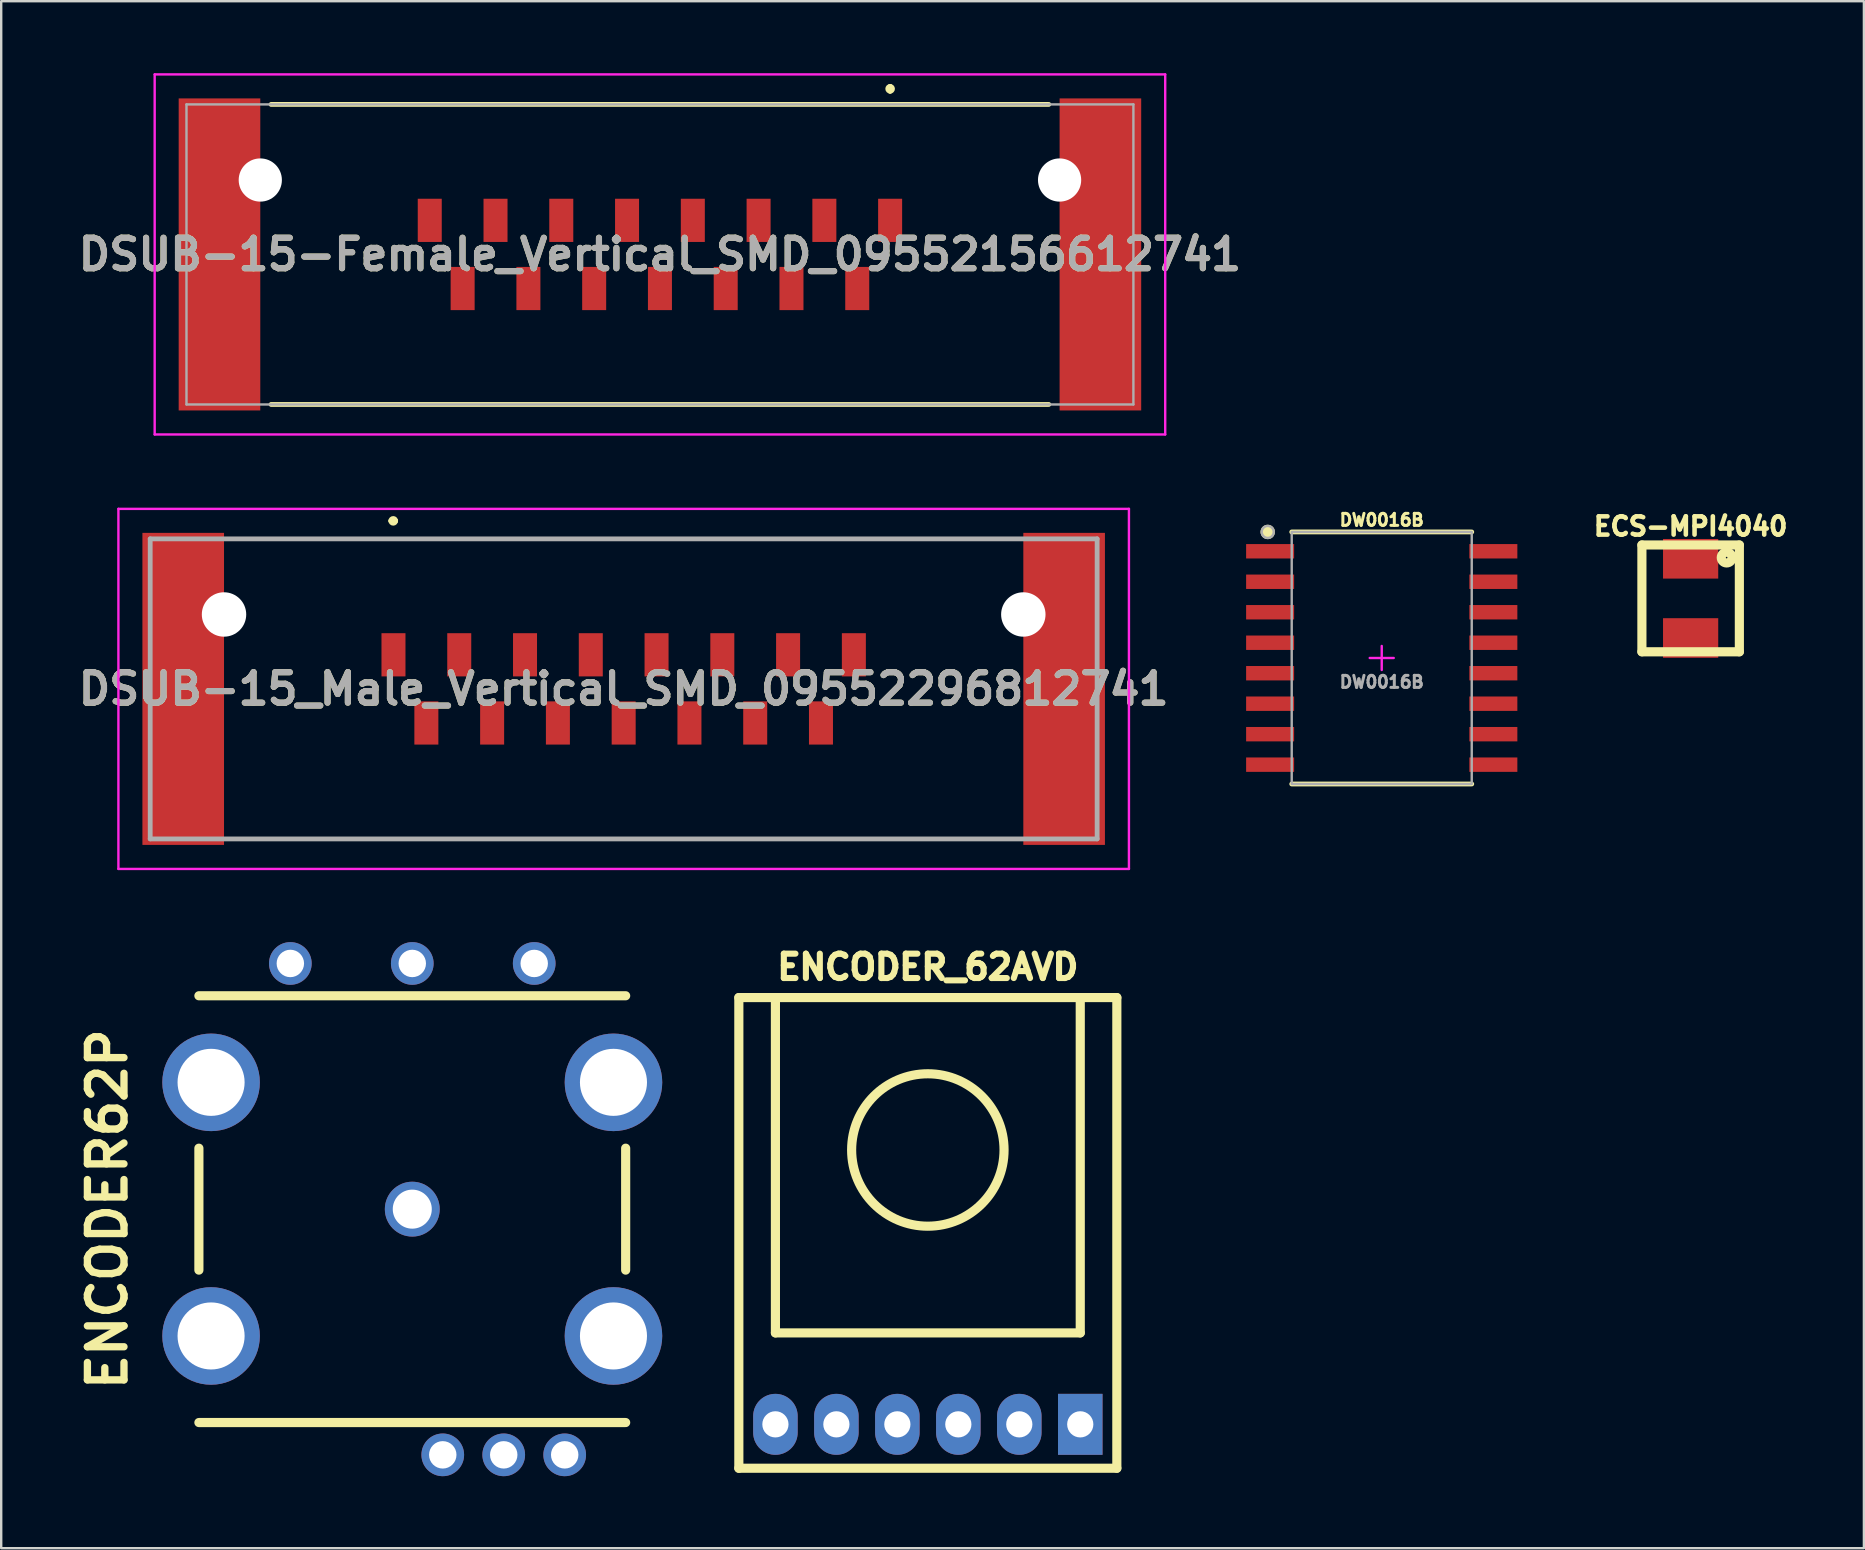
<source format=kicad_pcb>
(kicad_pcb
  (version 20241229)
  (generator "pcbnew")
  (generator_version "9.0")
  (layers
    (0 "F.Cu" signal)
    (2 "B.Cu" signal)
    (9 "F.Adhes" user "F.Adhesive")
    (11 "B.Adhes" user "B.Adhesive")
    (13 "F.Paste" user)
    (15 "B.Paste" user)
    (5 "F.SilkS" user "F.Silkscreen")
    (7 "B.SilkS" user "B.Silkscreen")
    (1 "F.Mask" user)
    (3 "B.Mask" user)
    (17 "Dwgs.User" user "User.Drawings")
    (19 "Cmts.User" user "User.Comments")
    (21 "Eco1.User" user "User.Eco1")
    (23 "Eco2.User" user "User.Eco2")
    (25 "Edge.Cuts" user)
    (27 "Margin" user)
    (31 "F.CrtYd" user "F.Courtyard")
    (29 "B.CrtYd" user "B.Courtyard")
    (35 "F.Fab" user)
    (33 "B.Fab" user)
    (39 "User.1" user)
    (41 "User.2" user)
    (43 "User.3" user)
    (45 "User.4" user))
  (footprint "ENCODER_62AVD"
    (layer "F.Cu")
    (at 35.605 44.86)
    (property "Reference" "ENCODER_62AVD" (at 0 -7.62 0) (layer "F.SilkS") (effects (font (size 1.016 1.016) (thickness 0.254))))
    (attr through_hole)
    (fp_line (start -7.874 -6.35) (end -7.874 13.259) (stroke (width 0.381) (type solid)) (layer "F.SilkS"))
    (fp_line (start -7.874 13.259) (end 7.874 13.259) (stroke (width 0.381) (type solid)) (layer "F.SilkS"))
    (fp_line (start -6.35 -6.35) (end -6.35 7.62) (stroke (width 0.381) (type solid)) (layer "F.SilkS"))
    (fp_line (start -6.35 7.62) (end 6.35 7.62) (stroke (width 0.381) (type solid)) (layer "F.SilkS"))
    (fp_line (start 6.35 7.62) (end 6.35 -6.35) (stroke (width 0.381) (type solid)) (layer "F.SilkS"))
    (fp_line (start 7.874 -6.35) (end -7.874 -6.35) (stroke (width 0.381) (type solid)) (layer "F.SilkS"))
    (fp_line (start 7.874 -6.35) (end 7.874 13.259) (stroke (width 0.381) (type solid)) (layer "F.SilkS"))
    (fp_circle (center 0 0) (end 3.175 0) (stroke (width 0.381) (type solid)) (fill no) (layer "F.SilkS"))
    (pad "1" thru_hole rect (at 6.35 11.43) (size 1.854 2.54) (drill 1.092) (layers "*.Cu" "*.Mask"))
    (pad "2" thru_hole oval (at 3.81 11.43) (size 1.854 2.54) (drill 1.092) (layers "*.Cu" "*.Mask"))
    (pad "3" thru_hole oval (at 1.27 11.43) (size 1.854 2.54) (drill 1.092) (layers "*.Cu" "*.Mask"))
    (pad "4" thru_hole oval (at -1.27 11.43) (size 1.854 2.54) (drill 1.092) (layers "*.Cu" "*.Mask"))
    (pad "5" thru_hole oval (at -3.81 11.43) (size 1.854 2.54) (drill 1.092) (layers "*.Cu" "*.Mask"))
    (pad "6" thru_hole oval (at -6.35 11.43) (size 1.854 2.54) (drill 1.092) (layers "*.Cu" "*.Mask")))
  (footprint "ECS-MPI4040"
    (layer "F.Cu")
    (at 67.384 21.88)
    (property "Reference" "ECS-MPI4040" (at 0 -3 0) (layer "F.SilkS") (effects (font (size 0.762 0.762) (thickness 0.191))))
    (attr through_hole)
    (fp_line (start -2.03 -2.225) (end -2.03 2.225) (stroke (width 0.381) (type solid)) (layer "F.SilkS"))
    (fp_line (start -2.03 -2.225) (end 2.03 -2.225) (stroke (width 0.381) (type solid)) (layer "F.SilkS"))
    (fp_line (start -2.03 2.225) (end 2.03 2.225) (stroke (width 0.381) (type solid)) (layer "F.SilkS"))
    (fp_line (start 2.03 -2.225) (end 2.03 2.225) (stroke (width 0.381) (type solid)) (layer "F.SilkS"))
    (fp_circle (center 1.5 -1.7) (end 1.7 -1.8) (stroke (width 0.381) (type solid)) (fill no) (layer "F.SilkS"))
    (pad "1" smd rect (at 0 -1.65) (size 2.3 1.65) (layers "F.Cu" "F.Mask" "F.Paste"))
    (pad "2" smd rect (at 0 1.65) (size 2.3 1.65) (layers "F.Cu" "F.Mask" "F.Paste")))
  (footprint "DW0016B"
    (layer "F.Cu")
    (at 54.515 24.362)
    (property "Reference" "DW0016B" (at 0 -5.75 0) (unlocked yes) (layer "F.SilkS") (effects (font (size 0.5 0.5) (thickness 0.125) (bold yes))))
    (attr smd)
    (fp_line (start -3.75 -5.25) (end 3.75 -5.25) (stroke (width 0.2) (type default)) (layer "F.SilkS"))
    (fp_line (start -3.75 5.25) (end 3.75 5.25) (stroke (width 0.2) (type default)) (layer "F.SilkS"))
    (fp_circle (center -4.75 -5.25) (end -4.5 -5.25) (stroke (width 0.1) (type solid)) (fill yes) (layer "F.SilkS"))
    (fp_line (start -0.5 0) (end 0.5 0) (stroke (width 0.1) (type solid)) (layer "F.CrtYd"))
    (fp_line (start 0 0.5) (end 0 -0.5) (stroke (width 0.1) (type solid)) (layer "F.CrtYd"))
    (fp_rect (start -3.75 -5.25) (end 3.75 5.25) (stroke (width 0.1) (type default)) (fill no) (layer "F.Fab"))
    (fp_circle (center -4.75 -5.25) (end -4.5 -5.25) (stroke (width 0.1) (type solid)) (fill no) (layer "F.Fab"))
    (fp_text user "${REFERENCE}" (at 0 1 0) (unlocked yes) (layer "F.Fab") (effects (font (size 0.5 0.5) (thickness 0.125) (bold yes))))
    (pad "1" smd rect (at -4.65 -4.445 90) (size 0.6 2) (layers "F.Cu" "F.Mask" "F.Paste"))
    (pad "2" smd rect (at -4.65 -3.175 90) (size 0.6 2) (layers "F.Cu" "F.Mask" "F.Paste"))
    (pad "3" smd rect (at -4.65 -1.905 90) (size 0.6 2) (layers "F.Cu" "F.Mask" "F.Paste"))
    (pad "4" smd rect (at -4.65 -0.635 90) (size 0.6 2) (layers "F.Cu" "F.Mask" "F.Paste"))
    (pad "5" smd rect (at -4.65 0.635 90) (size 0.6 2) (layers "F.Cu" "F.Mask" "F.Paste"))
    (pad "6" smd rect (at -4.65 1.905 90) (size 0.6 2) (layers "F.Cu" "F.Mask" "F.Paste"))
    (pad "7" smd rect (at -4.65 3.175 90) (size 0.6 2) (layers "F.Cu" "F.Mask" "F.Paste"))
    (pad "8" smd rect (at -4.65 4.445 90) (size 0.6 2) (layers "F.Cu" "F.Mask" "F.Paste"))
    (pad "9" smd rect (at 4.65 4.445 90) (size 0.6 2) (layers "F.Cu" "F.Mask" "F.Paste"))
    (pad "10" smd rect (at 4.65 3.175 90) (size 0.6 2) (layers "F.Cu" "F.Mask" "F.Paste"))
    (pad "11" smd rect (at 4.65 1.905 90) (size 0.6 2) (layers "F.Cu" "F.Mask" "F.Paste"))
    (pad "12" smd rect (at 4.65 0.635 90) (size 0.6 2) (layers "F.Cu" "F.Mask" "F.Paste"))
    (pad "13" smd rect (at 4.65 -0.635 90) (size 0.6 2) (layers "F.Cu" "F.Mask" "F.Paste"))
    (pad "14" smd rect (at 4.65 -1.905 90) (size 0.6 2) (layers "F.Cu" "F.Mask" "F.Paste"))
    (pad "15" smd rect (at 4.65 -3.175 90) (size 0.6 2) (layers "F.Cu" "F.Mask" "F.Paste"))
    (pad "16" smd rect (at 4.65 -4.445 90) (size 0.6 2) (layers "F.Cu" "F.Mask" "F.Paste")))
  (footprint "DSUB-15_Male_Vertical_SMD_09552296812741"
    (layer "F.Cu")
    (at 22.933 25.65)
    (property "Reference" "DSUB-15_Male_Vertical_SMD_09552296812741" (at 0 0 0) (layer "F.SilkS") (effects (font (size 1.27 1.27) (thickness 0.254))))
    (attr through_hole)
    (fp_line (start -15.07 6.25) (end 15.07 6.25) (stroke (width 0.1) (type solid)) (layer "F.SilkS"))
    (fp_line (start -9.7 -7) (end -9.7 -7) (stroke (width 0.2) (type solid)) (layer "F.SilkS"))
    (fp_line (start -9.5 -7) (end -9.5 -7) (stroke (width 0.2) (type solid)) (layer "F.SilkS"))
    (fp_line (start 15.07 -6.25) (end -15.07 -6.25) (stroke (width 0.1) (type solid)) (layer "F.SilkS"))
    (fp_arc (start -9.7 -7) (mid -9.6 -7.1) (end -9.5 -7) (stroke (width 0.2) (type solid)) (layer "F.SilkS"))
    (fp_arc (start -9.5 -7) (mid -9.6 -6.9) (end -9.7 -7) (stroke (width 0.2) (type solid)) (layer "F.SilkS"))
    (fp_line (start -21.05 -7.5) (end 21.05 -7.5) (stroke (width 0.1) (type solid)) (layer "F.CrtYd"))
    (fp_line (start -21.05 7.5) (end -21.05 -7.5) (stroke (width 0.1) (type solid)) (layer "F.CrtYd"))
    (fp_line (start 21.05 -7.5) (end 21.05 7.5) (stroke (width 0.1) (type solid)) (layer "F.CrtYd"))
    (fp_line (start 21.05 7.5) (end -21.05 7.5) (stroke (width 0.1) (type solid)) (layer "F.CrtYd"))
    (fp_line (start -19.725 -6.25) (end 19.725 -6.25) (stroke (width 0.2) (type solid)) (layer "F.Fab"))
    (fp_line (start -19.725 6.25) (end -19.725 -6.25) (stroke (width 0.2) (type solid)) (layer "F.Fab"))
    (fp_line (start 19.725 -6.25) (end 19.725 6.25) (stroke (width 0.2) (type solid)) (layer "F.Fab"))
    (fp_line (start 19.725 6.25) (end -19.725 6.25) (stroke (width 0.2) (type solid)) (layer "F.Fab"))
    (fp_text user "${REFERENCE}" (at 0 0 0) (layer "F.Fab") (effects (font (size 1.27 1.27) (thickness 0.254))))
    (pad "" np_thru_hole circle (at -16.65 -3.1) (size 1.85 1.85) (drill 1.85) (layers "*.Cu" "*.Mask"))
    (pad "" np_thru_hole circle (at 16.65 -3.1) (size 1.85 1.85) (drill 1.85) (layers "*.Cu" "*.Mask"))
    (pad "1" smd rect (at -9.59 -1.42) (size 1 1.8) (layers "F.Cu" "F.Mask" "F.Paste"))
    (pad "2" smd rect (at -6.85 -1.42) (size 1 1.8) (layers "F.Cu" "F.Mask" "F.Paste"))
    (pad "3" smd rect (at -4.11 -1.42) (size 1 1.8) (layers "F.Cu" "F.Mask" "F.Paste"))
    (pad "4" smd rect (at -1.37 -1.42) (size 1 1.8) (layers "F.Cu" "F.Mask" "F.Paste"))
    (pad "5" smd rect (at 1.37 -1.42) (size 1 1.8) (layers "F.Cu" "F.Mask" "F.Paste"))
    (pad "6" smd rect (at 4.11 -1.42) (size 1 1.8) (layers "F.Cu" "F.Mask" "F.Paste"))
    (pad "7" smd rect (at 6.85 -1.42) (size 1 1.8) (layers "F.Cu" "F.Mask" "F.Paste"))
    (pad "8" smd rect (at 9.59 -1.42) (size 1 1.8) (layers "F.Cu" "F.Mask" "F.Paste"))
    (pad "9" smd rect (at -8.22 1.42) (size 1 1.8) (layers "F.Cu" "F.Mask" "F.Paste"))
    (pad "10" smd rect (at -5.48 1.42) (size 1 1.8) (layers "F.Cu" "F.Mask" "F.Paste"))
    (pad "11" smd rect (at -2.74 1.42) (size 1 1.8) (layers "F.Cu" "F.Mask" "F.Paste"))
    (pad "12" smd rect (at 0 1.42) (size 1 1.8) (layers "F.Cu" "F.Mask" "F.Paste"))
    (pad "13" smd rect (at 2.74 1.42) (size 1 1.8) (layers "F.Cu" "F.Mask" "F.Paste"))
    (pad "14" smd rect (at 5.48 1.42) (size 1 1.8) (layers "F.Cu" "F.Mask" "F.Paste"))
    (pad "15" smd rect (at 8.22 1.42) (size 1 1.8) (layers "F.Cu" "F.Mask" "F.Paste"))
    (pad "16" smd rect (at 18.35 0) (size 3.4 13) (layers "F.Cu" "F.Mask" "F.Paste"))
    (pad "17" smd rect (at -18.35 0) (size 3.4 13) (layers "F.Cu" "F.Mask" "F.Paste")))
  (footprint "DSUB-15-Female_Vertical_SMD_09552156612741"
    (layer "F.Cu")
    (at 24.444 7.55)
    (property "Reference" "DSUB-15-Female_Vertical_SMD_09552156612741" (at 0 0 0) (layer "F.SilkS") (effects (font (size 1.27 1.27) (thickness 0.254))))
    (attr through_hole)
    (fp_line (start -16.2 6.25) (end 16.2 6.25) (stroke (width 0.2) (type solid)) (layer "F.SilkS"))
    (fp_line (start 9.59 -7) (end 9.59 -7) (stroke (width 0.2) (type solid)) (layer "F.SilkS"))
    (fp_line (start 9.59 -6.8) (end 9.59 -6.8) (stroke (width 0.2) (type solid)) (layer "F.SilkS"))
    (fp_line (start 16.2 -6.25) (end -16.2 -6.25) (stroke (width 0.2) (type solid)) (layer "F.SilkS"))
    (fp_arc (start 9.59 -7) (mid 9.69 -6.9) (end 9.59 -6.8) (stroke (width 0.2) (type solid)) (layer "F.SilkS"))
    (fp_arc (start 9.59 -6.8) (mid 9.49 -6.9) (end 9.59 -7) (stroke (width 0.2) (type solid)) (layer "F.SilkS"))
    (fp_line (start -21.05 -7.5) (end 21.05 -7.5) (stroke (width 0.1) (type solid)) (layer "F.CrtYd"))
    (fp_line (start -21.05 7.5) (end -21.05 -7.5) (stroke (width 0.1) (type solid)) (layer "F.CrtYd"))
    (fp_line (start 21.05 -7.5) (end 21.05 7.5) (stroke (width 0.1) (type solid)) (layer "F.CrtYd"))
    (fp_line (start 21.05 7.5) (end -21.05 7.5) (stroke (width 0.1) (type solid)) (layer "F.CrtYd"))
    (fp_line (start -19.725 -6.25) (end -19.725 6.25) (stroke (width 0.1) (type solid)) (layer "F.Fab"))
    (fp_line (start -19.725 6.25) (end 19.725 6.25) (stroke (width 0.1) (type solid)) (layer "F.Fab"))
    (fp_line (start 19.725 -6.25) (end -19.725 -6.25) (stroke (width 0.1) (type solid)) (layer "F.Fab"))
    (fp_line (start 19.725 6.25) (end 19.725 -6.25) (stroke (width 0.1) (type solid)) (layer "F.Fab"))
    (fp_text user "${REFERENCE}" (at 0 0 0) (layer "F.Fab") (effects (font (size 1.27 1.27) (thickness 0.254))))
    (pad "" np_thru_hole circle (at -16.65 -3.1) (size 1.8 1.8) (drill 1.8) (layers "*.Cu" "*.Mask"))
    (pad "" np_thru_hole circle (at 16.65 -3.1) (size 1.8 1.8) (drill 1.8) (layers "*.Cu" "*.Mask"))
    (pad "1" smd rect (at 9.59 -1.42) (size 1 1.8) (layers "F.Cu" "F.Mask" "F.Paste"))
    (pad "2" smd rect (at 6.85 -1.42) (size 1 1.8) (layers "F.Cu" "F.Mask" "F.Paste"))
    (pad "3" smd rect (at 4.11 -1.42) (size 1 1.8) (layers "F.Cu" "F.Mask" "F.Paste"))
    (pad "4" smd rect (at 1.37 -1.42) (size 1 1.8) (layers "F.Cu" "F.Mask" "F.Paste"))
    (pad "5" smd rect (at -1.37 -1.42) (size 1 1.8) (layers "F.Cu" "F.Mask" "F.Paste"))
    (pad "6" smd rect (at -4.11 -1.42) (size 1 1.8) (layers "F.Cu" "F.Mask" "F.Paste"))
    (pad "7" smd rect (at -6.85 -1.42) (size 1 1.8) (layers "F.Cu" "F.Mask" "F.Paste"))
    (pad "8" smd rect (at -9.59 -1.42) (size 1 1.8) (layers "F.Cu" "F.Mask" "F.Paste"))
    (pad "9" smd rect (at 8.22 1.42) (size 1 1.8) (layers "F.Cu" "F.Mask" "F.Paste"))
    (pad "10" smd rect (at 5.48 1.42) (size 1 1.8) (layers "F.Cu" "F.Mask" "F.Paste"))
    (pad "11" smd rect (at 2.74 1.42) (size 1 1.8) (layers "F.Cu" "F.Mask" "F.Paste"))
    (pad "12" smd rect (at 0 1.42) (size 1 1.8) (layers "F.Cu" "F.Mask" "F.Paste"))
    (pad "13" smd rect (at -2.74 1.42) (size 1 1.8) (layers "F.Cu" "F.Mask" "F.Paste"))
    (pad "14" smd rect (at -5.48 1.42) (size 1 1.8) (layers "F.Cu" "F.Mask" "F.Paste"))
    (pad "15" smd rect (at -8.22 1.42) (size 1 1.8) (layers "F.Cu" "F.Mask" "F.Paste"))
    (pad "MP1" smd rect (at 18.35 0) (size 3.4 13) (layers "F.Cu" "F.Mask" "F.Paste"))
    (pad "MP2" smd rect (at -18.35 0) (size 3.4 13) (layers "F.Cu" "F.Mask" "F.Paste")))
  (footprint "ENCODER62P"
    (layer "F.Cu")
    (at 14.126 47.325)
    (property "Reference" "ENCODER62P" (at -12.7 0 90) (layer "F.SilkS") (effects (font (size 1.524 1.524) (thickness 0.305))))
    (property "Value" "${VALUE}" (at -5.08 10.16 0) (layer "F.SilkS") (hide yes) (effects (font (size 1.524 1.524) (thickness 0.305))))
    (attr through_hole)
    (fp_line (start -8.89 -2.54) (end -8.89 2.54) (stroke (width 0.381) (type solid)) (layer "F.SilkS"))
    (fp_line (start -8.89 8.89) (end 8.89 8.89) (stroke (width 0.381) (type solid)) (layer "F.SilkS"))
    (fp_line (start 8.89 -8.89) (end -8.89 -8.89) (stroke (width 0.381) (type solid)) (layer "F.SilkS"))
    (fp_line (start 8.89 2.54) (end 8.89 -2.54) (stroke (width 0.381) (type solid)) (layer "F.SilkS"))
    (pad "" thru_hole circle (at -8.382 -5.283) (size 4.064 4.064) (drill 2.794) (layers "*.Cu" "*.Mask"))
    (pad "" thru_hole circle (at -8.382 5.283) (size 4.064 4.064) (drill 2.794) (layers "*.Cu" "*.Mask"))
    (pad "" thru_hole circle (at 0 0) (size 2.286 2.286) (drill 1.626) (layers "*.Cu" "*.Mask"))
    (pad "" thru_hole circle (at 8.382 -5.283) (size 4.064 4.064) (drill 2.794) (layers "*.Cu" "*.Mask"))
    (pad "" thru_hole circle (at 8.382 5.283) (size 4.064 4.064) (drill 2.794) (layers "*.Cu" "*.Mask"))
    (pad "1" thru_hole circle (at 6.35 10.236) (size 1.778 1.778) (drill 1.143) (layers "*.Cu" "*.Mask"))
    (pad "2" thru_hole circle (at 3.81 10.236) (size 1.778 1.778) (drill 1.143) (layers "*.Cu" "*.Mask"))
    (pad "3" thru_hole circle (at 1.27 10.236) (size 1.778 1.778) (drill 1.143) (layers "*.Cu" "*.Mask"))
    (pad "4" thru_hole circle (at 5.08 -10.236) (size 1.778 1.778) (drill 1.143) (layers "*.Cu" "*.Mask"))
    (pad "5" thru_hole circle (at 0 -10.236) (size 1.778 1.778) (drill 1.143) (layers "*.Cu" "*.Mask"))
    (pad "6" thru_hole circle (at -5.08 -10.236) (size 1.778 1.778) (drill 1.143) (layers "*.Cu" "*.Mask")))
  (gr_rect
    (start -3 -3)
    (end 74.603 61.45)
    (stroke (width 0.1) (type default))
    (fill no)
    (layer "Edge.Cuts")))
</source>
